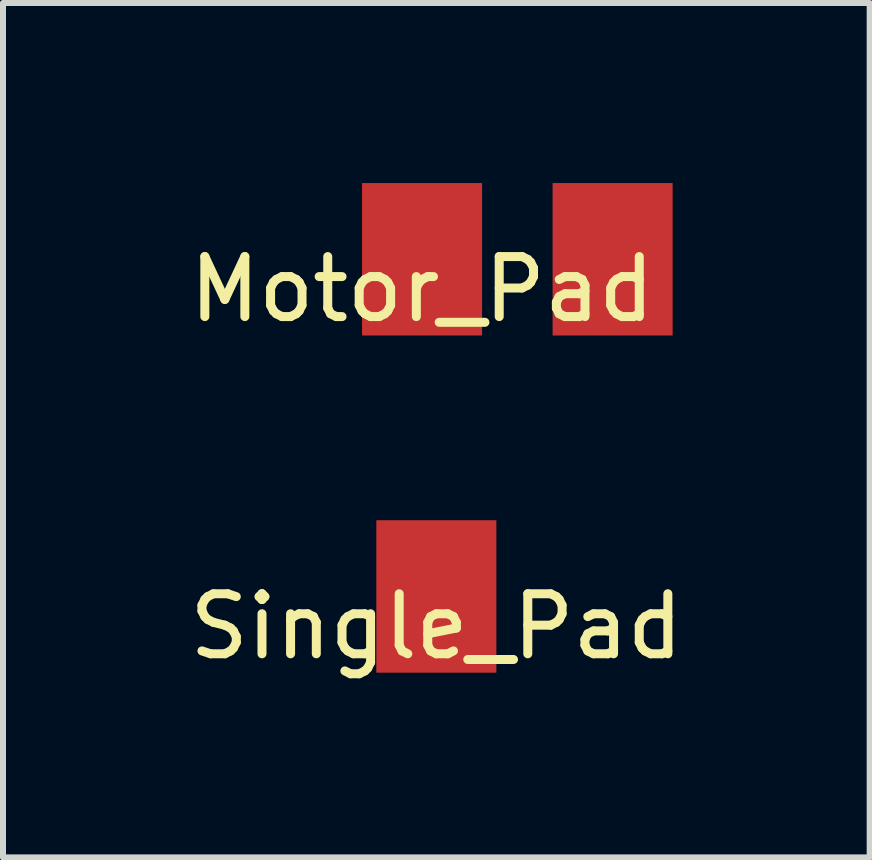
<source format=kicad_pcb>
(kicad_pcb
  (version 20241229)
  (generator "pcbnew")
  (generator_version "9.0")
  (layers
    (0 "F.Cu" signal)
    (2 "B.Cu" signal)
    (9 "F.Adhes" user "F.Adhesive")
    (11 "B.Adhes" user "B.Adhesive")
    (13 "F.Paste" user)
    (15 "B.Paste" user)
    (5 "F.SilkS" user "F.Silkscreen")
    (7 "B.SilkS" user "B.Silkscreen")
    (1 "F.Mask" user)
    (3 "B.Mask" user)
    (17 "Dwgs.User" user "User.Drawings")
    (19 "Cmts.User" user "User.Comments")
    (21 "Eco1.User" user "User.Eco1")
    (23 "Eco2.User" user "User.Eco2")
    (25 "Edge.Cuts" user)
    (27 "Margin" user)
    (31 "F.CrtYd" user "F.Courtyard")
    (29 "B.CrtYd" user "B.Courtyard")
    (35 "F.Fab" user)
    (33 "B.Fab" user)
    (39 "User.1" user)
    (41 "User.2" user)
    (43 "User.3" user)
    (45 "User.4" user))
  (footprint "Motor_Pad"
    (layer "F.Cu")
    (at 3.982 1.27)
    (property "Reference" "Motor_Pad" (at 0 0.5 0) (layer "F.SilkS") (effects (font (size 1 1) (thickness 0.15))))
    (attr through_hole)
    (pad "1" smd rect (at 0 0) (size 2 2.54) (layers "F.Cu" "F.Mask" "F.Paste"))
    (pad "2" smd rect (at 3.175 0) (size 2 2.54) (layers "F.Cu" "F.Mask" "F.Paste")))
  (footprint "Single_Pad"
    (layer "F.Cu")
    (at 4.22 6.888)
    (property "Reference" "Single_Pad" (at 0 0.5 0) (layer "F.SilkS") (effects (font (size 1 1) (thickness 0.15))))
    (attr through_hole)
    (pad "1" smd rect (at 0 0) (size 2 2.54) (layers "F.Cu" "F.Mask" "F.Paste")))
  (gr_rect
    (start -3 -3)
    (end 11.44 11.236)
    (stroke (width 0.1) (type default))
    (fill no)
    (layer "Edge.Cuts")))
</source>
